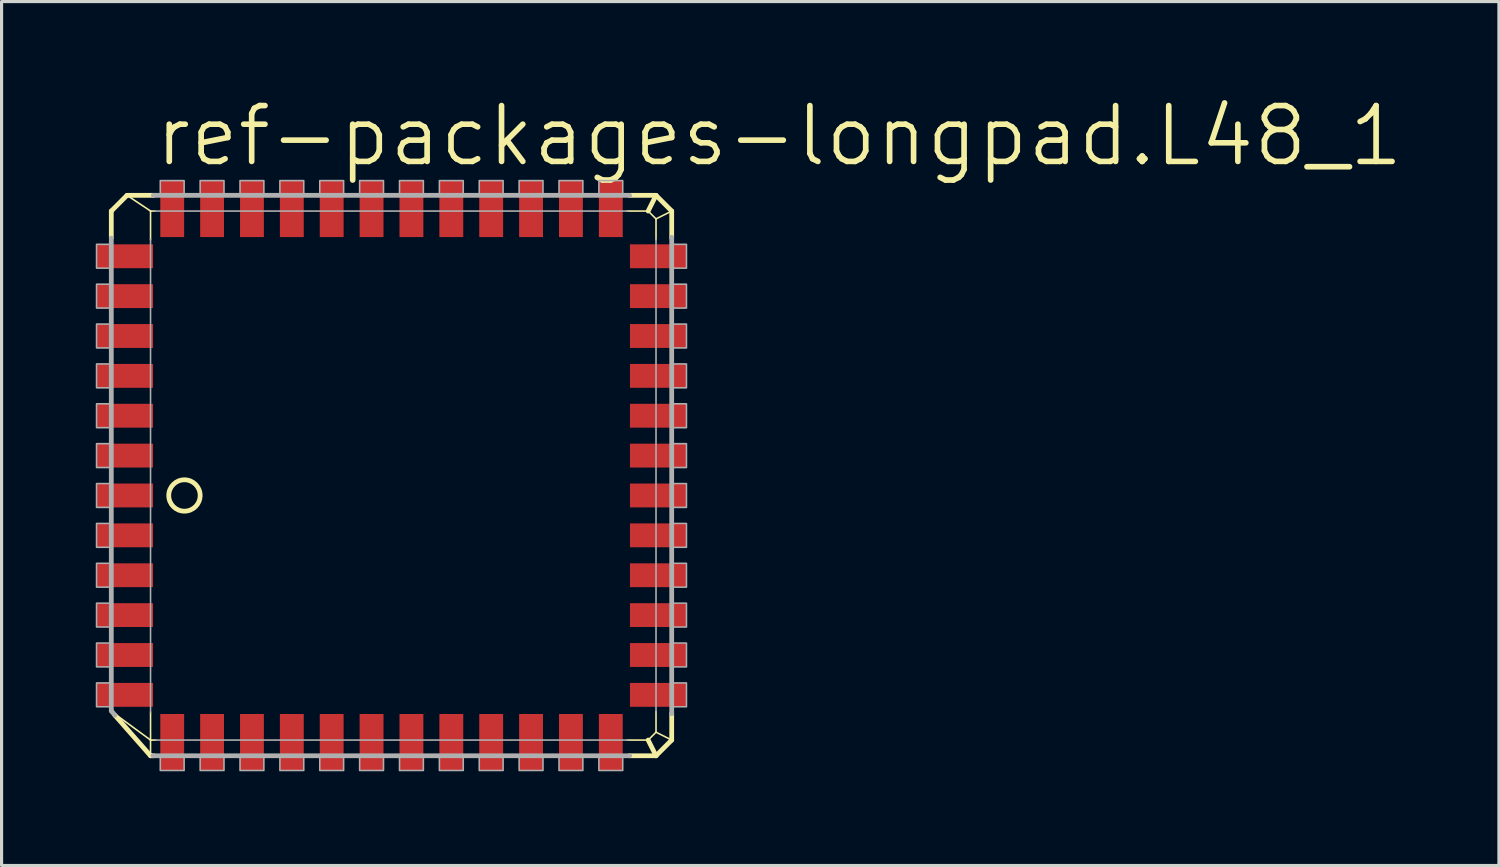
<source format=kicad_pcb>
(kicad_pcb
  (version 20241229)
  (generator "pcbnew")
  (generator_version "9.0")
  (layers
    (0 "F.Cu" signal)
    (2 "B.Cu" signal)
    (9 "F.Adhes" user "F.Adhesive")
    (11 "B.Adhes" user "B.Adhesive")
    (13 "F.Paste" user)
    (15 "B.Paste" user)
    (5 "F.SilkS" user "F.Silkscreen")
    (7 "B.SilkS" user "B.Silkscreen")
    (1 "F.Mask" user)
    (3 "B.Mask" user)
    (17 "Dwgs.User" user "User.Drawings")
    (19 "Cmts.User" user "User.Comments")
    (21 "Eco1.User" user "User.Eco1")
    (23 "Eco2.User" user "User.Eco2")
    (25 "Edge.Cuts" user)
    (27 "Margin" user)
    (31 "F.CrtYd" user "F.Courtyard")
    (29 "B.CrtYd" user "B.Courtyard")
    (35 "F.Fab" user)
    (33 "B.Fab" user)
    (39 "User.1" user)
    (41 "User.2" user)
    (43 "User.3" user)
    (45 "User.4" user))
  (footprint "ref-packages-longpad.L48_1"
    (layer "F.Cu")
    (at 8.785 12.732)
    (property "Reference" "ref-packages-longpad.L48_1" (at -6.985 -10.414 0) (layer "F.SilkS") (effects (font (size 1.778 1.778) (thickness 0.18)) (justify left bottom)))
    (attr smd)
    (fp_line (start -8.29 -9.06) (end -7.79 -9.56) (stroke (width 0.152) (type default)) (layer "F.SilkS"))
    (fp_line (start -8.29 -8.211) (end -8.29 -9.06) (stroke (width 0.152) (type default)) (layer "F.SilkS"))
    (fp_line (start -7.79 -9.56) (end -7.04 -9.06) (stroke (width 0.051) (type default)) (layer "F.SilkS"))
    (fp_line (start -7.79 -9.56) (end -6.941 -9.56) (stroke (width 0.152) (type default)) (layer "F.SilkS"))
    (fp_line (start -7.04 -9.06) (end -6.901 -9.06) (stroke (width 0.051) (type default)) (layer "F.SilkS"))
    (fp_line (start -7.04 -8.146) (end -7.04 -9.06) (stroke (width 0.051) (type default)) (layer "F.SilkS"))
    (fp_line (start -7.04 7.79) (end -8.179 6.957) (stroke (width 0.051) (type default)) (layer "F.SilkS"))
    (fp_line (start -7.04 7.79) (end -7.04 6.901) (stroke (width 0.051) (type default)) (layer "F.SilkS"))
    (fp_line (start -7.04 8.29) (end -8.175 7) (stroke (width 0.152) (type default)) (layer "F.SilkS"))
    (fp_line (start -7.04 8.29) (end -7.04 7.79) (stroke (width 0.051) (type default)) (layer "F.SilkS"))
    (fp_line (start -6.941 8.29) (end -7.04 8.29) (stroke (width 0.152) (type default)) (layer "F.SilkS"))
    (fp_line (start -6.876 7.79) (end -7.04 7.79) (stroke (width 0.051) (type default)) (layer "F.SilkS"))
    (fp_line (start 8.146 -9.06) (end 8.81 -9.06) (stroke (width 0.051) (type default)) (layer "F.SilkS"))
    (fp_line (start 8.211 -9.56) (end 9.06 -9.56) (stroke (width 0.152) (type default)) (layer "F.SilkS"))
    (fp_line (start 8.81 -9.06) (end 9.06 -9.56) (stroke (width 0.152) (type default)) (layer "F.SilkS"))
    (fp_line (start 8.81 -9.06) (end 9.06 -8.81) (stroke (width 0.051) (type default)) (layer "F.SilkS"))
    (fp_line (start 8.81 7.79) (end 8.146 7.79) (stroke (width 0.051) (type default)) (layer "F.SilkS"))
    (fp_line (start 9.06 -9.56) (end 9.56 -9.06) (stroke (width 0.152) (type default)) (layer "F.SilkS"))
    (fp_line (start 9.06 -8.81) (end 9.06 -8.146) (stroke (width 0.051) (type default)) (layer "F.SilkS"))
    (fp_line (start 9.06 -8.81) (end 9.56 -9.06) (stroke (width 0.051) (type default)) (layer "F.SilkS"))
    (fp_line (start 9.06 6.876) (end 9.06 7.54) (stroke (width 0.051) (type default)) (layer "F.SilkS"))
    (fp_line (start 9.06 7.54) (end 8.81 7.79) (stroke (width 0.051) (type default)) (layer "F.SilkS"))
    (fp_line (start 9.06 8.29) (end 8.211 8.29) (stroke (width 0.152) (type default)) (layer "F.SilkS"))
    (fp_line (start 9.06 8.29) (end 8.81 7.79) (stroke (width 0.152) (type default)) (layer "F.SilkS"))
    (fp_line (start 9.56 -9.06) (end 9.56 -8.211) (stroke (width 0.152) (type default)) (layer "F.SilkS"))
    (fp_line (start 9.56 6.941) (end 9.56 7.79) (stroke (width 0.152) (type default)) (layer "F.SilkS"))
    (fp_line (start 9.56 7.79) (end 9.06 7.54) (stroke (width 0.051) (type default)) (layer "F.SilkS"))
    (fp_line (start 9.56 7.79) (end 9.06 8.29) (stroke (width 0.152) (type default)) (layer "F.SilkS"))
    (fp_circle (center -5.96 0) (end -5.46 0) (stroke (width 0.152) (type default)) (fill no) (layer "F.SilkS"))
    (fp_line (start -8.29 6.857) (end -8.29 -8.196) (stroke (width 0.152) (type default)) (layer "F.Fab"))
    (fp_line (start -8.175 7) (end -8.29 6.861) (stroke (width 0.152) (type default)) (layer "F.Fab"))
    (fp_line (start -7.04 6.898) (end -7.04 -8.157) (stroke (width 0.051) (type default)) (layer "F.Fab"))
    (fp_line (start -6.951 -9.56) (end 8.221 -9.56) (stroke (width 0.152) (type default)) (layer "F.Fab"))
    (fp_line (start -6.936 -9.06) (end 8.175 -9.06) (stroke (width 0.051) (type default)) (layer "F.Fab"))
    (fp_line (start 8.175 7.79) (end -6.906 7.79) (stroke (width 0.051) (type default)) (layer "F.Fab"))
    (fp_line (start 8.221 8.29) (end -6.963 8.29) (stroke (width 0.152) (type default)) (layer "F.Fab"))
    (fp_line (start 9.06 -8.175) (end 9.06 6.905) (stroke (width 0.051) (type default)) (layer "F.Fab"))
    (fp_line (start 9.56 -8.223) (end 9.56 6.951) (stroke (width 0.152) (type default)) (layer "F.Fab"))
    (fp_rect (start -8.76 -7.24) (end -8.29 -8) (stroke (width 0.05) (type default)) (fill no) (layer "F.Fab"))
    (fp_rect (start -8.76 -5.97) (end -8.29 -6.73) (stroke (width 0.05) (type default)) (fill no) (layer "F.Fab"))
    (fp_rect (start -8.76 -4.7) (end -8.29 -5.46) (stroke (width 0.05) (type default)) (fill no) (layer "F.Fab"))
    (fp_rect (start -8.76 -3.43) (end -8.29 -4.19) (stroke (width 0.05) (type default)) (fill no) (layer "F.Fab"))
    (fp_rect (start -8.76 -2.16) (end -8.29 -2.92) (stroke (width 0.05) (type default)) (fill no) (layer "F.Fab"))
    (fp_rect (start -8.76 -0.89) (end -8.29 -1.65) (stroke (width 0.05) (type default)) (fill no) (layer "F.Fab"))
    (fp_rect (start -8.76 0.38) (end -8.29 -0.38) (stroke (width 0.05) (type default)) (fill no) (layer "F.Fab"))
    (fp_rect (start -8.76 1.65) (end -8.29 0.89) (stroke (width 0.05) (type default)) (fill no) (layer "F.Fab"))
    (fp_rect (start -8.76 2.92) (end -8.29 2.16) (stroke (width 0.05) (type default)) (fill no) (layer "F.Fab"))
    (fp_rect (start -8.76 4.19) (end -8.29 3.43) (stroke (width 0.05) (type default)) (fill no) (layer "F.Fab"))
    (fp_rect (start -8.76 5.46) (end -8.29 4.7) (stroke (width 0.05) (type default)) (fill no) (layer "F.Fab"))
    (fp_rect (start -8.76 6.73) (end -8.29 5.97) (stroke (width 0.05) (type default)) (fill no) (layer "F.Fab"))
    (fp_rect (start -6.73 -9.56) (end -5.97 -10.03) (stroke (width 0.05) (type default)) (fill no) (layer "F.Fab"))
    (fp_rect (start -6.73 8.76) (end -5.97 8.29) (stroke (width 0.05) (type default)) (fill no) (layer "F.Fab"))
    (fp_rect (start -5.46 -9.56) (end -4.7 -10.03) (stroke (width 0.05) (type default)) (fill no) (layer "F.Fab"))
    (fp_rect (start -5.46 8.76) (end -4.7 8.29) (stroke (width 0.05) (type default)) (fill no) (layer "F.Fab"))
    (fp_rect (start -4.19 -9.56) (end -3.43 -10.03) (stroke (width 0.05) (type default)) (fill no) (layer "F.Fab"))
    (fp_rect (start -4.19 8.76) (end -3.43 8.29) (stroke (width 0.05) (type default)) (fill no) (layer "F.Fab"))
    (fp_rect (start -2.92 -9.56) (end -2.16 -10.03) (stroke (width 0.05) (type default)) (fill no) (layer "F.Fab"))
    (fp_rect (start -2.92 8.76) (end -2.16 8.29) (stroke (width 0.05) (type default)) (fill no) (layer "F.Fab"))
    (fp_rect (start -1.65 -9.56) (end -0.89 -10.03) (stroke (width 0.05) (type default)) (fill no) (layer "F.Fab"))
    (fp_rect (start -1.65 8.76) (end -0.89 8.29) (stroke (width 0.05) (type default)) (fill no) (layer "F.Fab"))
    (fp_rect (start -0.38 -9.56) (end 0.38 -10.03) (stroke (width 0.05) (type default)) (fill no) (layer "F.Fab"))
    (fp_rect (start -0.38 8.76) (end 0.38 8.29) (stroke (width 0.05) (type default)) (fill no) (layer "F.Fab"))
    (fp_rect (start 0.89 -9.56) (end 1.65 -10.03) (stroke (width 0.05) (type default)) (fill no) (layer "F.Fab"))
    (fp_rect (start 0.89 8.76) (end 1.65 8.29) (stroke (width 0.05) (type default)) (fill no) (layer "F.Fab"))
    (fp_rect (start 2.16 -9.56) (end 2.92 -10.03) (stroke (width 0.05) (type default)) (fill no) (layer "F.Fab"))
    (fp_rect (start 2.16 8.76) (end 2.92 8.29) (stroke (width 0.05) (type default)) (fill no) (layer "F.Fab"))
    (fp_rect (start 3.43 -9.56) (end 4.19 -10.03) (stroke (width 0.05) (type default)) (fill no) (layer "F.Fab"))
    (fp_rect (start 3.43 8.76) (end 4.19 8.29) (stroke (width 0.05) (type default)) (fill no) (layer "F.Fab"))
    (fp_rect (start 4.7 -9.56) (end 5.46 -10.03) (stroke (width 0.05) (type default)) (fill no) (layer "F.Fab"))
    (fp_rect (start 4.7 8.76) (end 5.46 8.29) (stroke (width 0.05) (type default)) (fill no) (layer "F.Fab"))
    (fp_rect (start 5.97 -9.56) (end 6.73 -10.03) (stroke (width 0.05) (type default)) (fill no) (layer "F.Fab"))
    (fp_rect (start 5.97 8.76) (end 6.73 8.29) (stroke (width 0.05) (type default)) (fill no) (layer "F.Fab"))
    (fp_rect (start 7.24 -9.56) (end 8 -10.03) (stroke (width 0.05) (type default)) (fill no) (layer "F.Fab"))
    (fp_rect (start 7.24 8.76) (end 8 8.29) (stroke (width 0.05) (type default)) (fill no) (layer "F.Fab"))
    (fp_rect (start 9.56 -7.24) (end 10.03 -8) (stroke (width 0.05) (type default)) (fill no) (layer "F.Fab"))
    (fp_rect (start 9.56 -5.97) (end 10.03 -6.73) (stroke (width 0.05) (type default)) (fill no) (layer "F.Fab"))
    (fp_rect (start 9.56 -4.7) (end 10.03 -5.46) (stroke (width 0.05) (type default)) (fill no) (layer "F.Fab"))
    (fp_rect (start 9.56 -3.43) (end 10.03 -4.19) (stroke (width 0.05) (type default)) (fill no) (layer "F.Fab"))
    (fp_rect (start 9.56 -2.16) (end 10.03 -2.92) (stroke (width 0.05) (type default)) (fill no) (layer "F.Fab"))
    (fp_rect (start 9.56 -0.89) (end 10.03 -1.65) (stroke (width 0.05) (type default)) (fill no) (layer "F.Fab"))
    (fp_rect (start 9.56 0.38) (end 10.03 -0.38) (stroke (width 0.05) (type default)) (fill no) (layer "F.Fab"))
    (fp_rect (start 9.56 1.65) (end 10.03 0.89) (stroke (width 0.05) (type default)) (fill no) (layer "F.Fab"))
    (fp_rect (start 9.56 2.92) (end 10.03 2.16) (stroke (width 0.05) (type default)) (fill no) (layer "F.Fab"))
    (fp_rect (start 9.56 4.19) (end 10.03 3.43) (stroke (width 0.05) (type default)) (fill no) (layer "F.Fab"))
    (fp_rect (start 9.56 5.46) (end 10.03 4.7) (stroke (width 0.05) (type default)) (fill no) (layer "F.Fab"))
    (fp_rect (start 9.56 6.73) (end 10.03 5.97) (stroke (width 0.05) (type default)) (fill no) (layer "F.Fab"))
    (pad "1" smd roundrect (at -7.86 0) (size 1.8 0.76) (layers "F.Cu" "F.Mask" "F.Paste") (roundrect_rratio 0.01))
    (pad "2" smd roundrect (at -7.86 1.27) (size 1.8 0.76) (layers "F.Cu" "F.Mask" "F.Paste") (roundrect_rratio 0.01))
    (pad "3" smd roundrect (at -7.86 2.54) (size 1.8 0.76) (layers "F.Cu" "F.Mask" "F.Paste") (roundrect_rratio 0.01))
    (pad "4" smd roundrect (at -7.86 3.81) (size 1.8 0.76) (layers "F.Cu" "F.Mask" "F.Paste") (roundrect_rratio 0.01))
    (pad "5" smd roundrect (at -7.86 5.08) (size 1.8 0.76) (layers "F.Cu" "F.Mask" "F.Paste") (roundrect_rratio 0.01))
    (pad "6" smd roundrect (at -7.86 6.35) (size 1.8 0.76) (layers "F.Cu" "F.Mask" "F.Paste") (roundrect_rratio 0.01))
    (pad "7" smd roundrect (at -6.35 7.86) (size 0.76 1.8) (layers "F.Cu" "F.Mask" "F.Paste") (roundrect_rratio 0.01))
    (pad "8" smd roundrect (at -5.08 7.86) (size 0.76 1.8) (layers "F.Cu" "F.Mask" "F.Paste") (roundrect_rratio 0.01))
    (pad "9" smd roundrect (at -3.81 7.86) (size 0.76 1.8) (layers "F.Cu" "F.Mask" "F.Paste") (roundrect_rratio 0.01))
    (pad "10" smd roundrect (at -2.54 7.86) (size 0.76 1.8) (layers "F.Cu" "F.Mask" "F.Paste") (roundrect_rratio 0.01))
    (pad "11" smd roundrect (at -1.27 7.86) (size 0.76 1.8) (layers "F.Cu" "F.Mask" "F.Paste") (roundrect_rratio 0.01))
    (pad "12" smd roundrect (at 0 7.86) (size 0.76 1.8) (layers "F.Cu" "F.Mask" "F.Paste") (roundrect_rratio 0.01))
    (pad "13" smd roundrect (at 1.27 7.86) (size 0.76 1.8) (layers "F.Cu" "F.Mask" "F.Paste") (roundrect_rratio 0.01))
    (pad "14" smd roundrect (at 2.54 7.86) (size 0.76 1.8) (layers "F.Cu" "F.Mask" "F.Paste") (roundrect_rratio 0.01))
    (pad "15" smd roundrect (at 3.81 7.86) (size 0.76 1.8) (layers "F.Cu" "F.Mask" "F.Paste") (roundrect_rratio 0.01))
    (pad "16" smd roundrect (at 5.08 7.86) (size 0.76 1.8) (layers "F.Cu" "F.Mask" "F.Paste") (roundrect_rratio 0.01))
    (pad "17" smd roundrect (at 6.35 7.86) (size 0.76 1.8) (layers "F.Cu" "F.Mask" "F.Paste") (roundrect_rratio 0.01))
    (pad "18" smd roundrect (at 7.62 7.86) (size 0.76 1.8) (layers "F.Cu" "F.Mask" "F.Paste") (roundrect_rratio 0.01))
    (pad "19" smd roundrect (at 9.13 6.35) (size 1.8 0.76) (layers "F.Cu" "F.Mask" "F.Paste") (roundrect_rratio 0.01))
    (pad "20" smd roundrect (at 9.13 5.08) (size 1.8 0.76) (layers "F.Cu" "F.Mask" "F.Paste") (roundrect_rratio 0.01))
    (pad "21" smd roundrect (at 9.13 3.81) (size 1.8 0.76) (layers "F.Cu" "F.Mask" "F.Paste") (roundrect_rratio 0.01))
    (pad "22" smd roundrect (at 9.13 2.54) (size 1.8 0.76) (layers "F.Cu" "F.Mask" "F.Paste") (roundrect_rratio 0.01))
    (pad "23" smd roundrect (at 9.13 1.27) (size 1.8 0.76) (layers "F.Cu" "F.Mask" "F.Paste") (roundrect_rratio 0.01))
    (pad "24" smd roundrect (at 9.13 0) (size 1.8 0.76) (layers "F.Cu" "F.Mask" "F.Paste") (roundrect_rratio 0.01))
    (pad "25" smd roundrect (at 9.13 -1.27) (size 1.8 0.76) (layers "F.Cu" "F.Mask" "F.Paste") (roundrect_rratio 0.01))
    (pad "26" smd roundrect (at 9.13 -2.54) (size 1.8 0.76) (layers "F.Cu" "F.Mask" "F.Paste") (roundrect_rratio 0.01))
    (pad "27" smd roundrect (at 9.13 -3.81) (size 1.8 0.76) (layers "F.Cu" "F.Mask" "F.Paste") (roundrect_rratio 0.01))
    (pad "28" smd roundrect (at 9.13 -5.08) (size 1.8 0.76) (layers "F.Cu" "F.Mask" "F.Paste") (roundrect_rratio 0.01))
    (pad "29" smd roundrect (at 9.13 -6.35) (size 1.8 0.76) (layers "F.Cu" "F.Mask" "F.Paste") (roundrect_rratio 0.01))
    (pad "30" smd roundrect (at 9.13 -7.62) (size 1.8 0.76) (layers "F.Cu" "F.Mask" "F.Paste") (roundrect_rratio 0.01))
    (pad "31" smd roundrect (at 7.62 -9.13) (size 0.76 1.8) (layers "F.Cu" "F.Mask" "F.Paste") (roundrect_rratio 0.01))
    (pad "32" smd roundrect (at 6.35 -9.13) (size 0.76 1.8) (layers "F.Cu" "F.Mask" "F.Paste") (roundrect_rratio 0.01))
    (pad "33" smd roundrect (at 5.08 -9.13) (size 0.76 1.8) (layers "F.Cu" "F.Mask" "F.Paste") (roundrect_rratio 0.01))
    (pad "34" smd roundrect (at 3.81 -9.13) (size 0.76 1.8) (layers "F.Cu" "F.Mask" "F.Paste") (roundrect_rratio 0.01))
    (pad "35" smd roundrect (at 2.54 -9.13) (size 0.76 1.8) (layers "F.Cu" "F.Mask" "F.Paste") (roundrect_rratio 0.01))
    (pad "36" smd roundrect (at 1.27 -9.13) (size 0.76 1.8) (layers "F.Cu" "F.Mask" "F.Paste") (roundrect_rratio 0.01))
    (pad "37" smd roundrect (at 0 -9.13) (size 0.76 1.8) (layers "F.Cu" "F.Mask" "F.Paste") (roundrect_rratio 0.01))
    (pad "38" smd roundrect (at -1.27 -9.13) (size 0.76 1.8) (layers "F.Cu" "F.Mask" "F.Paste") (roundrect_rratio 0.01))
    (pad "39" smd roundrect (at -2.54 -9.13) (size 0.76 1.8) (layers "F.Cu" "F.Mask" "F.Paste") (roundrect_rratio 0.01))
    (pad "40" smd roundrect (at -3.81 -9.13) (size 0.76 1.8) (layers "F.Cu" "F.Mask" "F.Paste") (roundrect_rratio 0.01))
    (pad "41" smd roundrect (at -5.08 -9.13) (size 0.76 1.8) (layers "F.Cu" "F.Mask" "F.Paste") (roundrect_rratio 0.01))
    (pad "42" smd roundrect (at -6.35 -9.13) (size 0.76 1.8) (layers "F.Cu" "F.Mask" "F.Paste") (roundrect_rratio 0.01))
    (pad "43" smd roundrect (at -7.86 -7.62) (size 1.8 0.76) (layers "F.Cu" "F.Mask" "F.Paste") (roundrect_rratio 0.01))
    (pad "44" smd roundrect (at -7.86 -6.35) (size 1.8 0.76) (layers "F.Cu" "F.Mask" "F.Paste") (roundrect_rratio 0.01))
    (pad "45" smd roundrect (at -7.86 -5.08) (size 1.8 0.76) (layers "F.Cu" "F.Mask" "F.Paste") (roundrect_rratio 0.01))
    (pad "46" smd roundrect (at -7.86 -3.81) (size 1.8 0.76) (layers "F.Cu" "F.Mask" "F.Paste") (roundrect_rratio 0.01))
    (pad "47" smd roundrect (at -7.86 -2.54) (size 1.8 0.76) (layers "F.Cu" "F.Mask" "F.Paste") (roundrect_rratio 0.01))
    (pad "48" smd roundrect (at -7.86 -1.27) (size 1.8 0.76) (layers "F.Cu" "F.Mask" "F.Paste") (roundrect_rratio 0.01)))
  (gr_rect
    (start -3 -3)
    (end 44.693 24.517)
    (stroke (width 0.1) (type default))
    (fill no)
    (layer "Edge.Cuts")))
</source>
